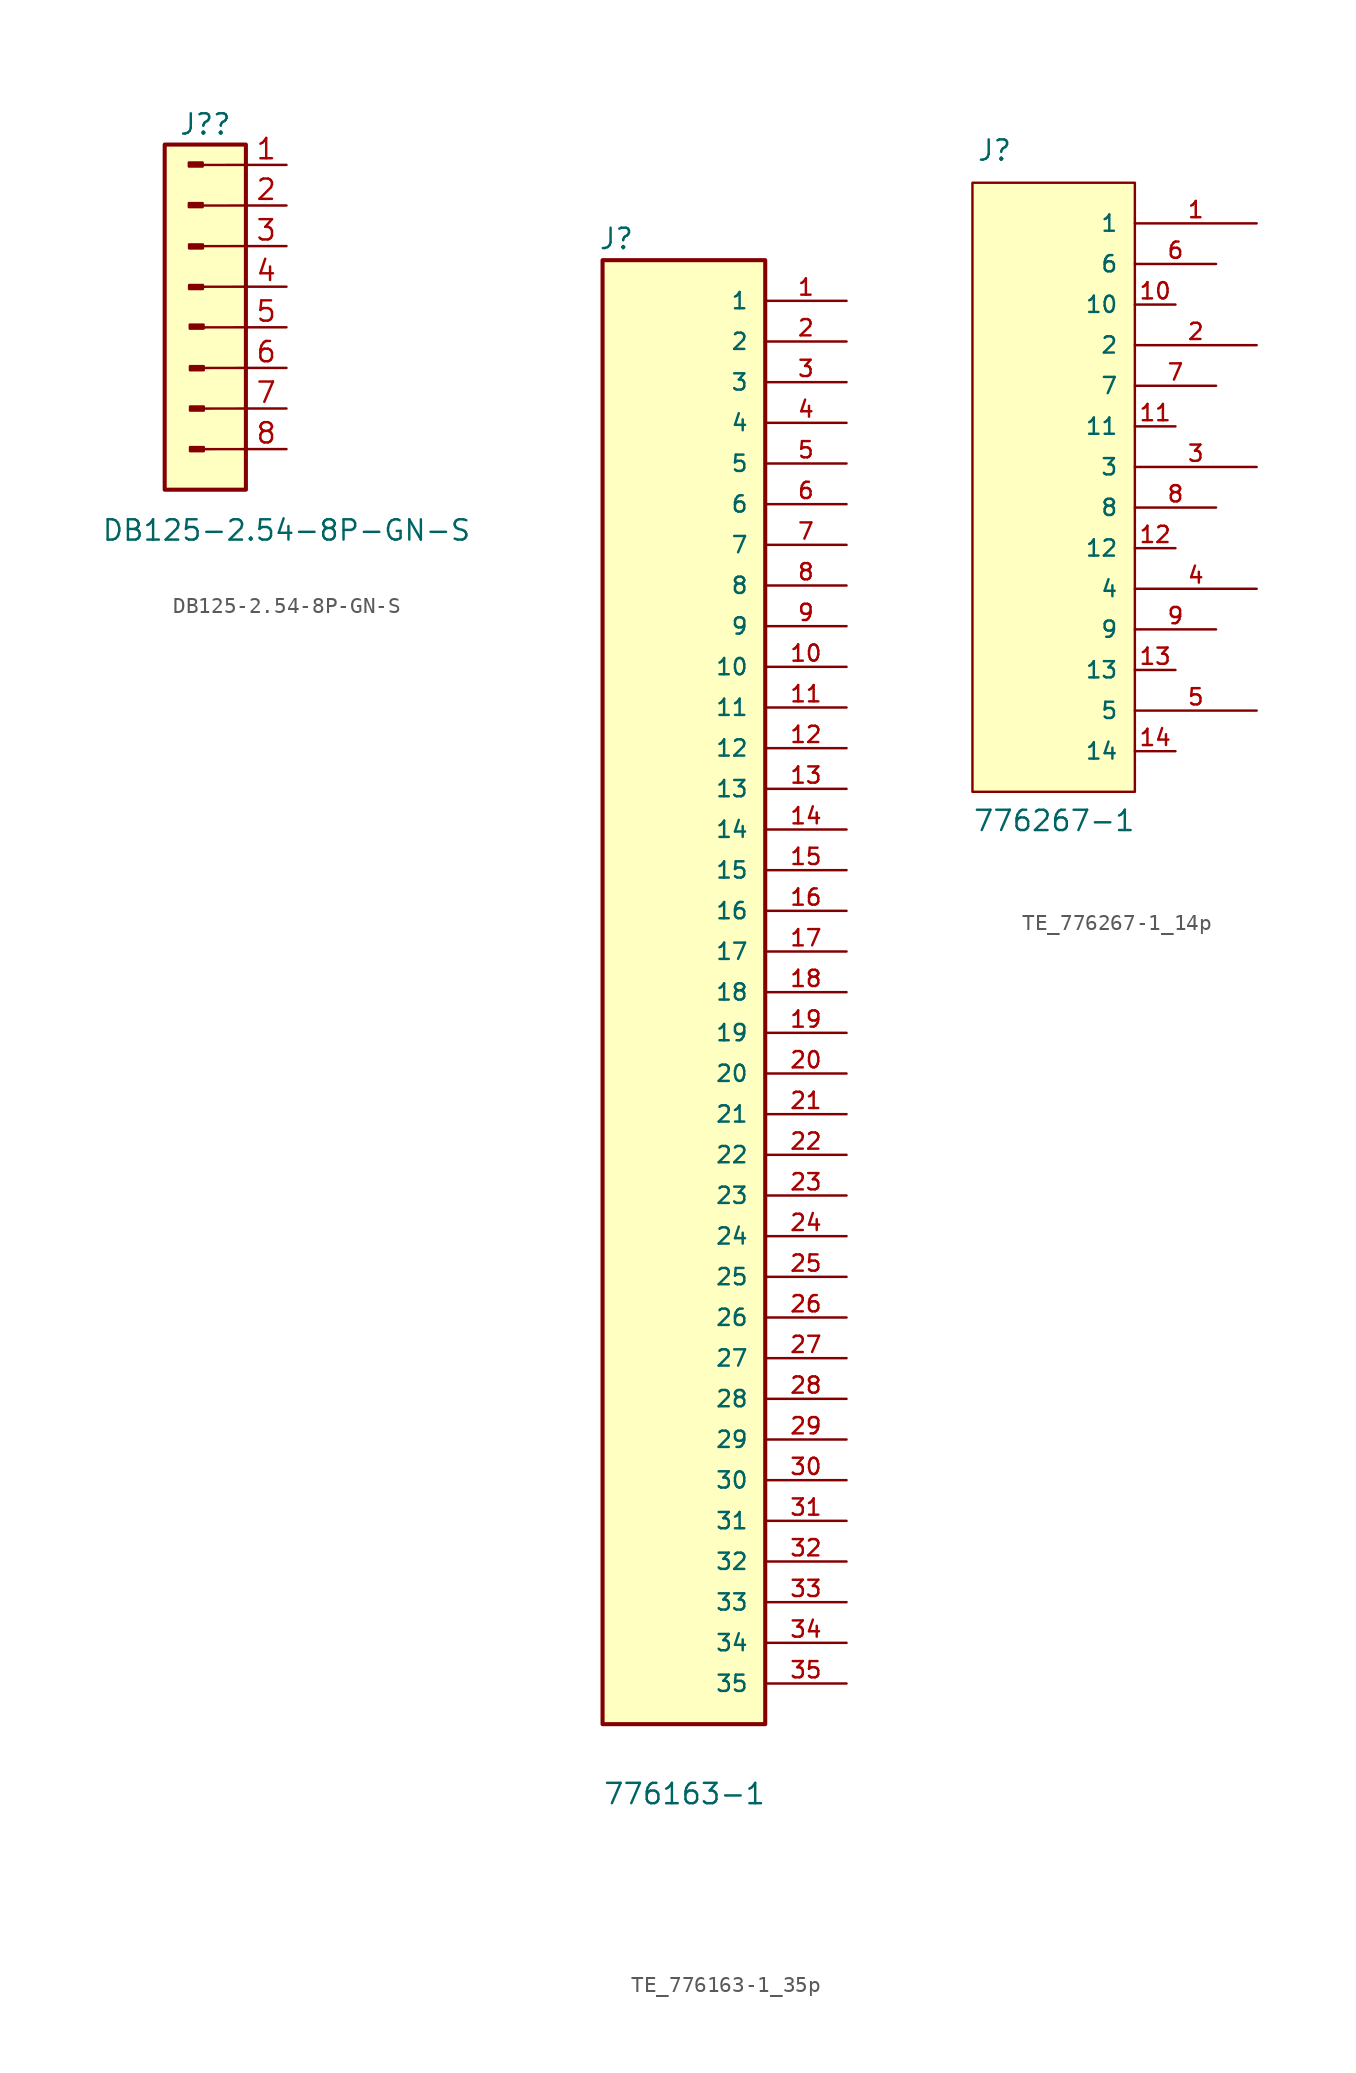
<source format=kicad_sym>
(kicad_symbol_lib
  (version 20220914)
  (generator kicad_symbol_editor)
  (symbol "DB125-2.54-8P-GN-S"
    (property "Reference" "J?"
      (at -2.54 2.54 0)
      (effects (font (size 1.27 1.27))))
    (property "Value" "DB125-2.54-8P-GN-S"
      (at 2.54 -22.86 0)
      (effects (font (size 1.27 1.27))))
    (symbol "DB125-2.54-8P-GN-S_0_1"
      (rectangle (start -5.08 1.27) (end 0 -20.32) (stroke (width 0.254) (type default)) (fill (type background)))
      (polyline (pts (xy 0 -17.78) (xy -2.64 -17.783)) (stroke (width 0) (type default)) (fill (type none)))
      (polyline (pts (xy 0 -15.24) (xy -2.64 -15.243)) (stroke (width 0) (type default)) (fill (type none)))
      (polyline (pts (xy 0 -12.7) (xy -2.64 -12.703)) (stroke (width 0) (type default)) (fill (type none)))
      (polyline (pts (xy 0 -10.16) (xy -2.64 -10.163)) (stroke (width 0) (type default)) (fill (type none)))
      (polyline (pts (xy 0 -7.62) (xy -2.64 -7.623)) (stroke (width 0) (type default)) (fill (type none)))
      (polyline (pts (xy 0 -5.08) (xy -2.64 -5.083)) (stroke (width 0) (type default)) (fill (type none)))
      (polyline (pts (xy 0 -2.54) (xy -2.64 -2.543)) (stroke (width 0) (type default)) (fill (type none)))
      (polyline (pts (xy 0 0) (xy -2.64 -0.003)) (stroke (width 0) (type default)) (fill (type none))))
    (symbol "DB125-2.54-8P-GN-S_1_1"
      (rectangle (start -2.705 -2.389) (end -3.569 -2.643) (stroke (width 0.152) (type default)) (fill (type outline)))
      (rectangle (start -2.705 0.15) (end -3.569 -0.103) (stroke (width 0.152) (type default)) (fill (type outline)))
      (rectangle (start -2.691 -7.513) (end -3.554 -7.766) (stroke (width 0.152) (type default)) (fill (type outline)))
      (rectangle (start -2.691 -4.973) (end -3.554 -5.226) (stroke (width 0.152) (type default)) (fill (type outline)))
      (rectangle (start -2.648 -9.991) (end -3.511 -10.245) (stroke (width 0.152) (type default)) (fill (type outline)))
      (rectangle (start -2.638 -12.591) (end -3.501 -12.845) (stroke (width 0.152) (type default)) (fill (type outline)))
      (rectangle (start -2.633 -17.654) (end -3.496 -17.908) (stroke (width 0.152) (type default)) (fill (type outline)))
      (rectangle (start -2.633 -15.114) (end -3.496 -15.368) (stroke (width 0.152) (type default)) (fill (type outline)))
      (pin bidirectional line (at 2.54 0 180) (length 2.54) (name "" (effects (font (size 1.27 1.27)))) (number "1" (effects (font (size 1.27 1.27)))))
      (pin bidirectional line (at 2.54 -2.54 180) (length 2.54) (name "" (effects (font (size 1.27 1.27)))) (number "2" (effects (font (size 1.27 1.27)))))
      (pin bidirectional line (at 2.54 -5.08 180) (length 2.54) (name "" (effects (font (size 1.27 1.27)))) (number "3" (effects (font (size 1.27 1.27)))))
      (pin bidirectional line (at 2.54 -7.62 180) (length 2.54) (name "" (effects (font (size 1.27 1.27)))) (number "4" (effects (font (size 1.27 1.27)))))
      (pin bidirectional line (at 2.54 -10.16 180) (length 2.54) (name "" (effects (font (size 1.27 1.27)))) (number "5" (effects (font (size 1.27 1.27)))))
      (pin bidirectional line (at 2.54 -12.7 180) (length 2.54) (name "" (effects (font (size 1.27 1.27)))) (number "6" (effects (font (size 1.27 1.27)))))
      (pin bidirectional line (at 2.54 -15.24 180) (length 2.54) (name "" (effects (font (size 1.27 1.27)))) (number "7" (effects (font (size 1.27 1.27)))))
      (pin bidirectional line (at 2.54 -17.78 180) (length 2.54) (name "" (effects (font (size 1.27 1.27)))) (number "8" (effects (font (size 1.27 1.27)))))))
  (symbol "TE_776163-1_35p"
    (pin_names
      (offset 1.016))
    (property "Reference" "J"
      (at -5.344 46.315 0)
      (effects (font (size 1.27 1.27)) (justify left bottom)))
    (property "Value" "776163-1"
      (at -5.082 -50.817 0)
      (effects (font (size 1.27 1.27)) (justify left bottom)))
    (symbol "TE_776163-1_35p_0_0"
      (rectangle (start -5.08 -45.72) (end 5.08 45.72) (stroke (width 0.254) (type default)) (fill (type background)))
      (pin passive line (at 10.16 43.18 180) (length 5.08) (name "1" (effects (font (size 1.016 1.016)))) (number "1" (effects (font (size 1.016 1.016)))))
      (pin passive line (at 10.16 20.32 180) (length 5.08) (name "10" (effects (font (size 1.016 1.016)))) (number "10" (effects (font (size 1.016 1.016)))))
      (pin passive line (at 10.16 17.78 180) (length 5.08) (name "11" (effects (font (size 1.016 1.016)))) (number "11" (effects (font (size 1.016 1.016)))))
      (pin passive line (at 10.16 15.24 180) (length 5.08) (name "12" (effects (font (size 1.016 1.016)))) (number "12" (effects (font (size 1.016 1.016)))))
      (pin passive line (at 10.16 12.7 180) (length 5.08) (name "13" (effects (font (size 1.016 1.016)))) (number "13" (effects (font (size 1.016 1.016)))))
      (pin passive line (at 10.16 10.16 180) (length 5.08) (name "14" (effects (font (size 1.016 1.016)))) (number "14" (effects (font (size 1.016 1.016)))))
      (pin passive line (at 10.16 7.62 180) (length 5.08) (name "15" (effects (font (size 1.016 1.016)))) (number "15" (effects (font (size 1.016 1.016)))))
      (pin passive line (at 10.16 5.08 180) (length 5.08) (name "16" (effects (font (size 1.016 1.016)))) (number "16" (effects (font (size 1.016 1.016)))))
      (pin passive line (at 10.16 2.54 180) (length 5.08) (name "17" (effects (font (size 1.016 1.016)))) (number "17" (effects (font (size 1.016 1.016)))))
      (pin passive line (at 10.16 0 180) (length 5.08) (name "18" (effects (font (size 1.016 1.016)))) (number "18" (effects (font (size 1.016 1.016)))))
      (pin passive line (at 10.16 -2.54 180) (length 5.08) (name "19" (effects (font (size 1.016 1.016)))) (number "19" (effects (font (size 1.016 1.016)))))
      (pin passive line (at 10.16 40.64 180) (length 5.08) (name "2" (effects (font (size 1.016 1.016)))) (number "2" (effects (font (size 1.016 1.016)))))
      (pin passive line (at 10.16 -5.08 180) (length 5.08) (name "20" (effects (font (size 1.016 1.016)))) (number "20" (effects (font (size 1.016 1.016)))))
      (pin passive line (at 10.16 -7.62 180) (length 5.08) (name "21" (effects (font (size 1.016 1.016)))) (number "21" (effects (font (size 1.016 1.016)))))
      (pin passive line (at 10.16 -10.16 180) (length 5.08) (name "22" (effects (font (size 1.016 1.016)))) (number "22" (effects (font (size 1.016 1.016)))))
      (pin passive line (at 10.16 -12.7 180) (length 5.08) (name "23" (effects (font (size 1.016 1.016)))) (number "23" (effects (font (size 1.016 1.016)))))
      (pin passive line (at 10.16 -15.24 180) (length 5.08) (name "24" (effects (font (size 1.016 1.016)))) (number "24" (effects (font (size 1.016 1.016)))))
      (pin passive line (at 10.16 -17.78 180) (length 5.08) (name "25" (effects (font (size 1.016 1.016)))) (number "25" (effects (font (size 1.016 1.016)))))
      (pin passive line (at 10.16 -20.32 180) (length 5.08) (name "26" (effects (font (size 1.016 1.016)))) (number "26" (effects (font (size 1.016 1.016)))))
      (pin passive line (at 10.16 -22.86 180) (length 5.08) (name "27" (effects (font (size 1.016 1.016)))) (number "27" (effects (font (size 1.016 1.016)))))
      (pin passive line (at 10.16 -25.4 180) (length 5.08) (name "28" (effects (font (size 1.016 1.016)))) (number "28" (effects (font (size 1.016 1.016)))))
      (pin passive line (at 10.16 -27.94 180) (length 5.08) (name "29" (effects (font (size 1.016 1.016)))) (number "29" (effects (font (size 1.016 1.016)))))
      (pin passive line (at 10.16 38.1 180) (length 5.08) (name "3" (effects (font (size 1.016 1.016)))) (number "3" (effects (font (size 1.016 1.016)))))
      (pin passive line (at 10.16 -30.48 180) (length 5.08) (name "30" (effects (font (size 1.016 1.016)))) (number "30" (effects (font (size 1.016 1.016)))))
      (pin passive line (at 10.16 -33.02 180) (length 5.08) (name "31" (effects (font (size 1.016 1.016)))) (number "31" (effects (font (size 1.016 1.016)))))
      (pin passive line (at 10.16 -35.56 180) (length 5.08) (name "32" (effects (font (size 1.016 1.016)))) (number "32" (effects (font (size 1.016 1.016)))))
      (pin passive line (at 10.16 -38.1 180) (length 5.08) (name "33" (effects (font (size 1.016 1.016)))) (number "33" (effects (font (size 1.016 1.016)))))
      (pin passive line (at 10.16 -40.64 180) (length 5.08) (name "34" (effects (font (size 1.016 1.016)))) (number "34" (effects (font (size 1.016 1.016)))))
      (pin passive line (at 10.16 -43.18 180) (length 5.08) (name "35" (effects (font (size 1.016 1.016)))) (number "35" (effects (font (size 1.016 1.016)))))
      (pin passive line (at 10.16 35.56 180) (length 5.08) (name "4" (effects (font (size 1.016 1.016)))) (number "4" (effects (font (size 1.016 1.016)))))
      (pin passive line (at 10.16 33.02 180) (length 5.08) (name "5" (effects (font (size 1.016 1.016)))) (number "5" (effects (font (size 1.016 1.016)))))
      (pin passive line (at 10.16 30.48 180) (length 5.08) (name "6" (effects (font (size 1.016 1.016)))) (number "6" (effects (font (size 1.016 1.016)))))
      (pin passive line (at 10.16 27.94 180) (length 5.08) (name "7" (effects (font (size 1.016 1.016)))) (number "7" (effects (font (size 1.016 1.016)))))
      (pin passive line (at 10.16 25.4 180) (length 5.08) (name "8" (effects (font (size 1.016 1.016)))) (number "8" (effects (font (size 1.016 1.016)))))
      (pin passive line (at 10.16 22.86 180) (length 5.08) (name "9" (effects (font (size 1.016 1.016)))) (number "9" (effects (font (size 1.016 1.016)))))))
  (symbol "TE_776267-1_14p"
    (pin_names
      (offset 1.016))
    (property "Reference" "J"
      (at -4.829 19.061 0)
      (effects (font (size 1.27 1.27)) (justify left bottom)))
    (property "Value" "776267-1"
      (at -5.083 -22.875 0)
      (effects (font (size 1.27 1.27)) (justify left bottom)))
    (symbol "TE_776267-1_14p_0_0"
      (rectangle (start -5.08 -20.32) (end 5.08 17.78) (stroke (width 0.152) (type default)) (fill (type background)))
      (pin passive line (at 12.7 15.24 180) (length 7.62) (name "1" (effects (font (size 1.016 1.016)))) (number "1" (effects (font (size 1.016 1.016)))))
      (pin passive line (at 7.62 10.16 180) (length 2.54) (name "10" (effects (font (size 1.016 1.016)))) (number "10" (effects (font (size 1.016 1.016)))))
      (pin passive line (at 7.62 2.54 180) (length 2.54) (name "11" (effects (font (size 1.016 1.016)))) (number "11" (effects (font (size 1.016 1.016)))))
      (pin passive line (at 7.62 -5.08 180) (length 2.54) (name "12" (effects (font (size 1.016 1.016)))) (number "12" (effects (font (size 1.016 1.016)))))
      (pin passive line (at 7.62 -12.7 180) (length 2.54) (name "13" (effects (font (size 1.016 1.016)))) (number "13" (effects (font (size 1.016 1.016)))))
      (pin passive line (at 7.62 -17.78 180) (length 2.54) (name "14" (effects (font (size 1.016 1.016)))) (number "14" (effects (font (size 1.016 1.016)))))
      (pin passive line (at 12.7 7.62 180) (length 7.62) (name "2" (effects (font (size 1.016 1.016)))) (number "2" (effects (font (size 1.016 1.016)))))
      (pin passive line (at 12.7 0 180) (length 7.62) (name "3" (effects (font (size 1.016 1.016)))) (number "3" (effects (font (size 1.016 1.016)))))
      (pin passive line (at 12.7 -7.62 180) (length 7.62) (name "4" (effects (font (size 1.016 1.016)))) (number "4" (effects (font (size 1.016 1.016)))))
      (pin passive line (at 12.7 -15.24 180) (length 7.62) (name "5" (effects (font (size 1.016 1.016)))) (number "5" (effects (font (size 1.016 1.016)))))
      (pin passive line (at 10.16 12.7 180) (length 5.08) (name "6" (effects (font (size 1.016 1.016)))) (number "6" (effects (font (size 1.016 1.016)))))
      (pin passive line (at 10.16 5.08 180) (length 5.08) (name "7" (effects (font (size 1.016 1.016)))) (number "7" (effects (font (size 1.016 1.016)))))
      (pin passive line (at 10.16 -2.54 180) (length 5.08) (name "8" (effects (font (size 1.016 1.016)))) (number "8" (effects (font (size 1.016 1.016)))))
      (pin passive line (at 10.16 -10.16 180) (length 5.08) (name "9" (effects (font (size 1.016 1.016)))) (number "9" (effects (font (size 1.016 1.016))))))))
</source>
